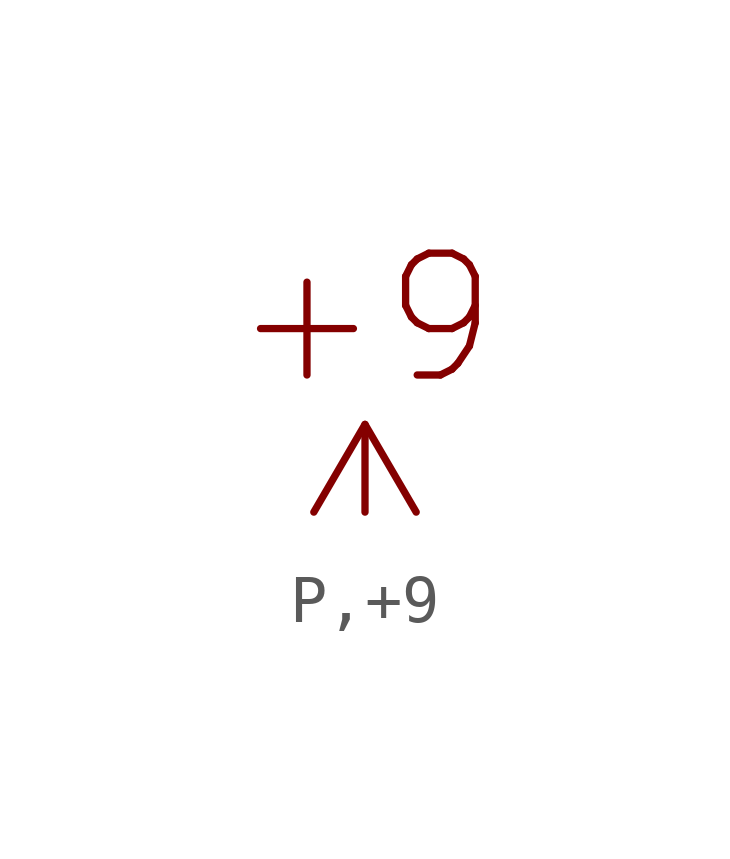
<source format=kicad_sym>
(kicad_symbol_lib
  (version 20211014)
  (generator kicad_symbol_editor)
  (symbol "P,+9"
    (power)
    (pin_numbers hide)
    (pin_names
      (offset 1.27) hide)
    (property "Reference" "#PWR"
      (at 2.54 0 0)
      (effects (font (size 2.54 2.54)) (justify left) hide))
    (symbol "P,+9_1_1"
      (polyline (pts (xy 0 0) (xy 0 1.829)) (stroke (width 0) (type default) (color 0 0 0 0)) (fill (type none)))
      (polyline (pts (xy -1.067 0) (xy 0 1.829) (xy 1.067 0)) (stroke (width 0) (type default) (color 0 0 0 0)) (fill (type none)))
      (text "+9" (at 0 2.54 0) (effects (font (size 2.54 2.54)) (justify bottom)))
      (pin power_in line (at 0 0 0) (length 0) hide (name "+9" (effects (font (size 2.54 2.54)))) (number "0" (effects (font (size 0 0))))))))
</source>
